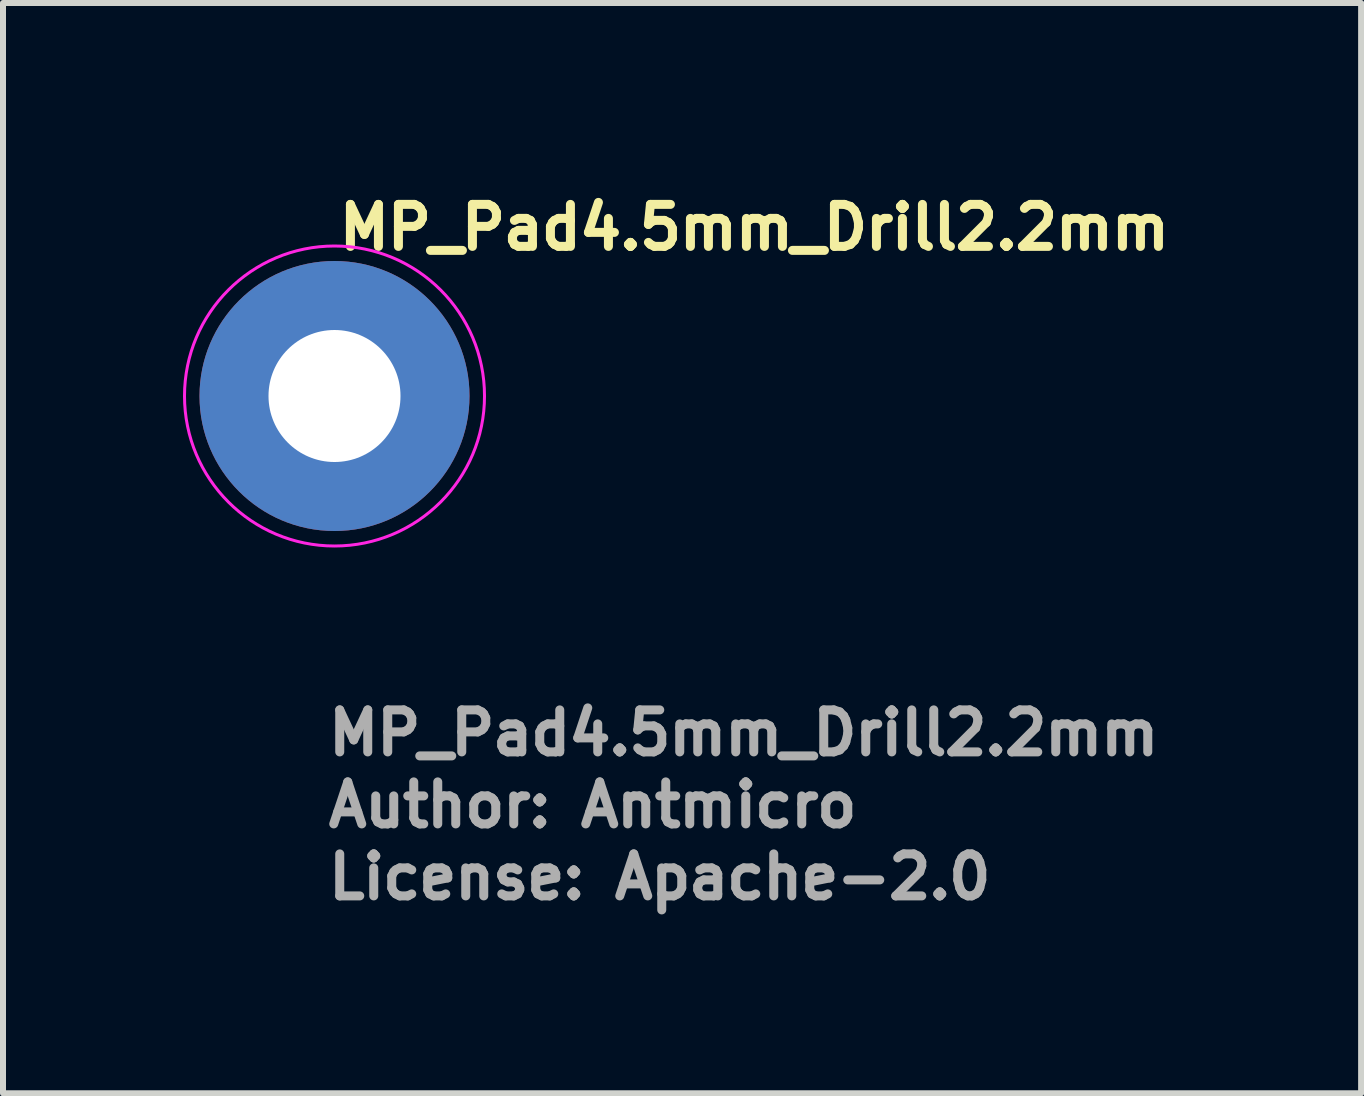
<source format=kicad_pcb>
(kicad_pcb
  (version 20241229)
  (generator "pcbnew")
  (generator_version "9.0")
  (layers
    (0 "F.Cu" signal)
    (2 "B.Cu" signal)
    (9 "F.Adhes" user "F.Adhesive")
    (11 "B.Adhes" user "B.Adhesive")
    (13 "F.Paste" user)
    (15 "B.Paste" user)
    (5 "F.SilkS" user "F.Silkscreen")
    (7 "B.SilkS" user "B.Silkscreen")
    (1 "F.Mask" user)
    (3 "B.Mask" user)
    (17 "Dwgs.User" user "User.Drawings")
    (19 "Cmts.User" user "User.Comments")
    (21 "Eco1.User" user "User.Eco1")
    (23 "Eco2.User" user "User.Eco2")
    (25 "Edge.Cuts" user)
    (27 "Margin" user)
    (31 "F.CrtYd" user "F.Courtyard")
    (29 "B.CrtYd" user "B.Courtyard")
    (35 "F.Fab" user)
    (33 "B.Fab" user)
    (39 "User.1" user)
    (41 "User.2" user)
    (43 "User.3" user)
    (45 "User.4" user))
  (footprint "MP_Pad4.5mm_Drill2.2mm"
    (layer "F.Cu")
    (at 2.525 3.55)
    (property "Reference" "MP_Pad4.5mm_Drill2.2mm" (at 0 -2.4 0) (layer "F.SilkS") (effects (font (size 0.7 0.7) (thickness 0.15)) (justify left bottom)))
    (attr exclude_from_pos_files exclude_from_bom)
    (fp_circle (center 0 0) (end 2.5 0) (stroke (width 0.05) (type default)) (fill no) (layer "F.CrtYd"))
    (fp_text user "License: Apache-2.0" (at -0.178 8.425 0) (layer "F.Fab") (effects (font (size 0.7 0.7) (thickness 0.15)) (justify left bottom)))
    (fp_text user "${REFERENCE}" (at -0.178 6.025 0) (layer "F.Fab") (effects (font (size 0.7 0.7) (thickness 0.15)) (justify left bottom)))
    (fp_text user "Author: Antmicro" (at -0.178 7.225 0) (layer "F.Fab") (effects (font (size 0.7 0.7) (thickness 0.15)) (justify left bottom)))
    (pad "1" thru_hole circle (at 0 0) (size 4.5 4.5) (drill 2.2) (layers "*.Cu" "*.Mask")))
  (gr_rect
    (start -3 -3)
    (end 19.635 15.171)
    (stroke (width 0.1) (type default))
    (fill no)
    (layer "Edge.Cuts")))
</source>
